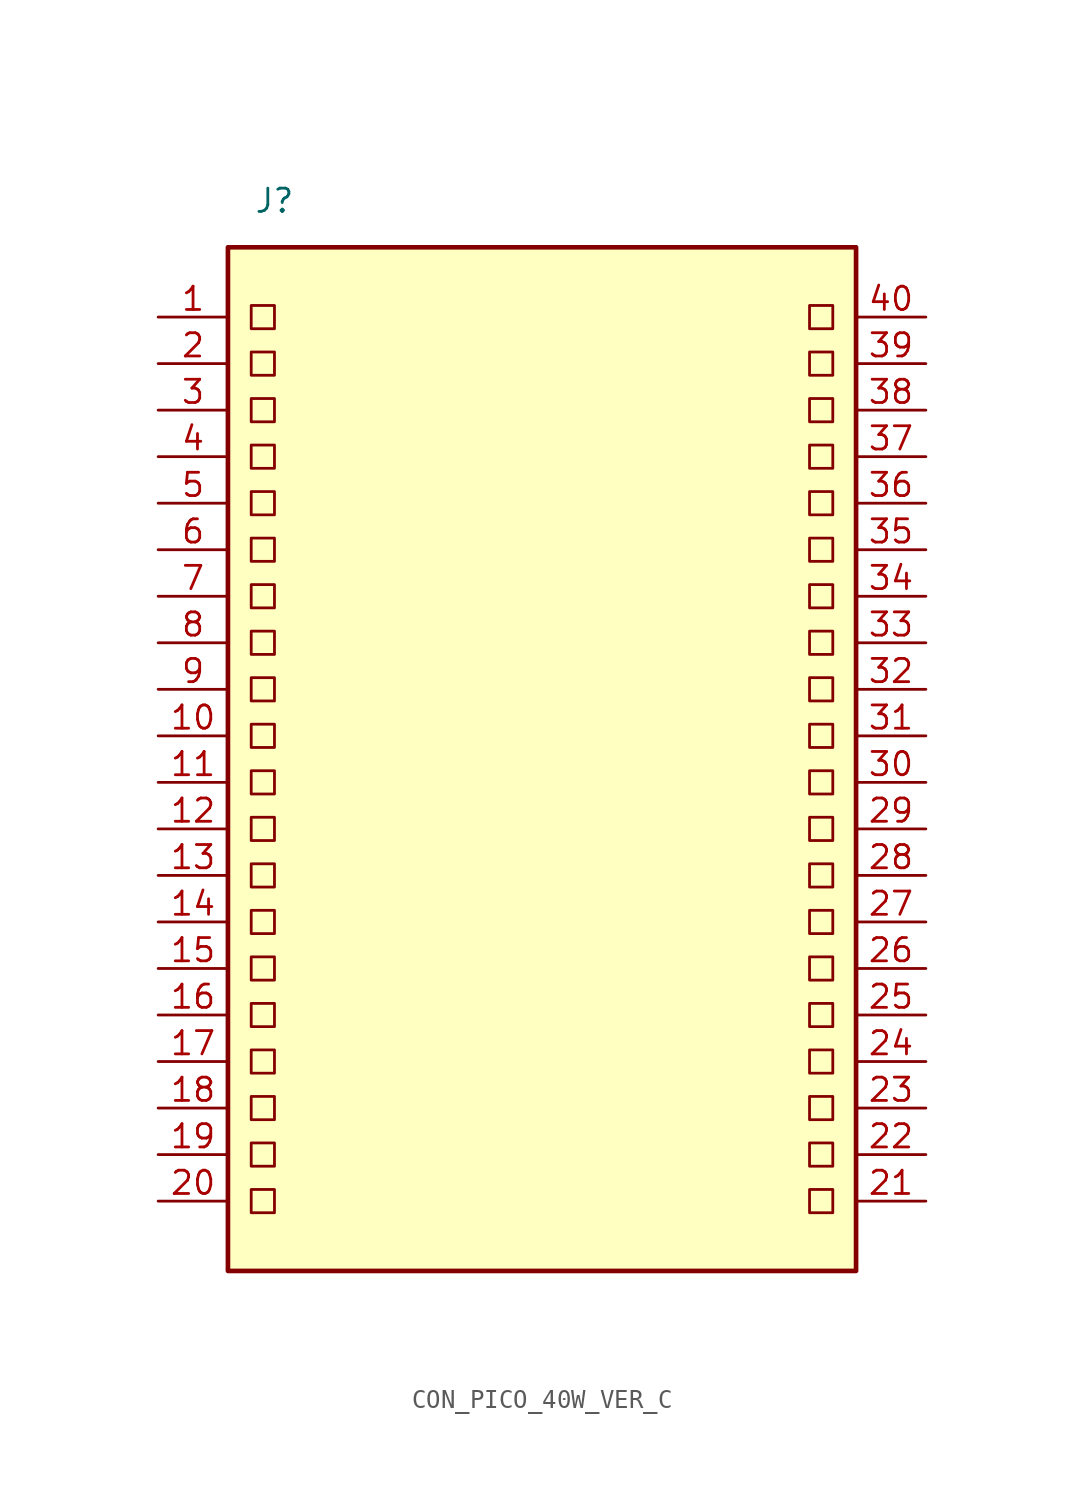
<source format=kicad_sym>
(kicad_symbol_lib
  (version 20231120)
  (generator "kicad_symbol_editor")
  (generator_version "8.0")
  (symbol "CON_PICO_40W_VER_C"
    (property "Reference" "J"
      (at -13.97 29.21 0)
      (effects (font (size 1.27 1.27))))
    (property "Value" ""
      (at 3.81 -15.24 0)
      (effects (font (size 1.27 1.27))))
    (symbol "CON_PICO_40W_VER_C_0_1"
      (rectangle (start -16.51 26.67) (end 17.78 -29.21) (stroke (width 0.254) (type default)) (fill (type background)))
      (rectangle (start -15.24 -24.765) (end -13.97 -26.035) (stroke (width 0) (type default)) (fill (type none)))
      (rectangle (start -15.24 -22.225) (end -13.97 -23.495) (stroke (width 0) (type default)) (fill (type none)))
      (rectangle (start -15.24 -19.685) (end -13.97 -20.955) (stroke (width 0) (type default)) (fill (type none)))
      (rectangle (start -15.24 -17.145) (end -13.97 -18.415) (stroke (width 0) (type default)) (fill (type none)))
      (rectangle (start -15.24 -14.605) (end -13.97 -15.875) (stroke (width 0) (type default)) (fill (type none)))
      (rectangle (start -15.24 -12.065) (end -13.97 -13.335) (stroke (width 0) (type default)) (fill (type none)))
      (rectangle (start -15.24 -9.525) (end -13.97 -10.795) (stroke (width 0) (type default)) (fill (type none)))
      (rectangle (start -15.24 -6.985) (end -13.97 -8.255) (stroke (width 0) (type default)) (fill (type none)))
      (rectangle (start -15.24 -4.445) (end -13.97 -5.715) (stroke (width 0) (type default)) (fill (type none)))
      (rectangle (start -15.24 -1.905) (end -13.97 -3.175) (stroke (width 0) (type default)) (fill (type none)))
      (rectangle (start -15.24 0.635) (end -13.97 -0.635) (stroke (width 0) (type default)) (fill (type none)))
      (rectangle (start -15.24 3.175) (end -13.97 1.905) (stroke (width 0) (type default)) (fill (type none)))
      (rectangle (start -15.24 5.715) (end -13.97 4.445) (stroke (width 0) (type default)) (fill (type none)))
      (rectangle (start -15.24 8.255) (end -13.97 6.985) (stroke (width 0) (type default)) (fill (type none)))
      (rectangle (start -15.24 10.795) (end -13.97 9.525) (stroke (width 0) (type default)) (fill (type none)))
      (rectangle (start -15.24 13.335) (end -13.97 12.065) (stroke (width 0) (type default)) (fill (type none)))
      (rectangle (start -15.24 15.875) (end -13.97 14.605) (stroke (width 0) (type default)) (fill (type none)))
      (rectangle (start -15.24 18.415) (end -13.97 17.145) (stroke (width 0) (type default)) (fill (type none)))
      (rectangle (start -15.24 20.955) (end -13.97 19.685) (stroke (width 0) (type default)) (fill (type none)))
      (rectangle (start -15.24 23.495) (end -13.97 22.225) (stroke (width 0) (type default)) (fill (type none)))
      (rectangle (start 15.24 -24.765) (end 16.51 -26.035) (stroke (width 0) (type default)) (fill (type none)))
      (rectangle (start 15.24 -22.225) (end 16.51 -23.495) (stroke (width 0) (type default)) (fill (type none)))
      (rectangle (start 15.24 -19.685) (end 16.51 -20.955) (stroke (width 0) (type default)) (fill (type none)))
      (rectangle (start 15.24 -17.145) (end 16.51 -18.415) (stroke (width 0) (type default)) (fill (type none)))
      (rectangle (start 15.24 -14.605) (end 16.51 -15.875) (stroke (width 0) (type default)) (fill (type none)))
      (rectangle (start 15.24 -12.065) (end 16.51 -13.335) (stroke (width 0) (type default)) (fill (type none)))
      (rectangle (start 15.24 -9.525) (end 16.51 -10.795) (stroke (width 0) (type default)) (fill (type none)))
      (rectangle (start 15.24 -6.985) (end 16.51 -8.255) (stroke (width 0) (type default)) (fill (type none)))
      (rectangle (start 15.24 -4.445) (end 16.51 -5.715) (stroke (width 0) (type default)) (fill (type none)))
      (rectangle (start 15.24 -1.905) (end 16.51 -3.175) (stroke (width 0) (type default)) (fill (type none)))
      (rectangle (start 15.24 0.635) (end 16.51 -0.635) (stroke (width 0) (type default)) (fill (type none)))
      (rectangle (start 15.24 3.175) (end 16.51 1.905) (stroke (width 0) (type default)) (fill (type none)))
      (rectangle (start 15.24 5.715) (end 16.51 4.445) (stroke (width 0) (type default)) (fill (type none)))
      (rectangle (start 15.24 8.255) (end 16.51 6.985) (stroke (width 0) (type default)) (fill (type none)))
      (rectangle (start 15.24 10.795) (end 16.51 9.525) (stroke (width 0) (type default)) (fill (type none)))
      (rectangle (start 15.24 13.335) (end 16.51 12.065) (stroke (width 0) (type default)) (fill (type none)))
      (rectangle (start 15.24 15.875) (end 16.51 14.605) (stroke (width 0) (type default)) (fill (type none)))
      (rectangle (start 15.24 18.415) (end 16.51 17.145) (stroke (width 0) (type default)) (fill (type none)))
      (rectangle (start 15.24 20.955) (end 16.51 19.685) (stroke (width 0) (type default)) (fill (type none)))
      (rectangle (start 15.24 23.495) (end 16.51 22.225) (stroke (width 0) (type default)) (fill (type none))))
    (symbol "CON_PICO_40W_VER_C_1_1"
      (pin input line (at -20.32 22.86 0) (length 3.81) (name "" (effects (font (size 1.27 1.27)))) (number "1" (effects (font (size 1.27 1.27)))))
      (pin input line (at -20.32 0 0) (length 3.81) (name "" (effects (font (size 1.27 1.27)))) (number "10" (effects (font (size 1.27 1.27)))))
      (pin input line (at -20.32 -2.54 0) (length 3.81) (name "" (effects (font (size 1.27 1.27)))) (number "11" (effects (font (size 1.27 1.27)))))
      (pin input line (at -20.32 -5.08 0) (length 3.81) (name "" (effects (font (size 1.27 1.27)))) (number "12" (effects (font (size 1.27 1.27)))))
      (pin input line (at -20.32 -7.62 0) (length 3.81) (name "" (effects (font (size 1.27 1.27)))) (number "13" (effects (font (size 1.27 1.27)))))
      (pin input line (at -20.32 -10.16 0) (length 3.81) (name "" (effects (font (size 1.27 1.27)))) (number "14" (effects (font (size 1.27 1.27)))))
      (pin input line (at -20.32 -12.7 0) (length 3.81) (name "" (effects (font (size 1.27 1.27)))) (number "15" (effects (font (size 1.27 1.27)))))
      (pin input line (at -20.32 -15.24 0) (length 3.81) (name "" (effects (font (size 1.27 1.27)))) (number "16" (effects (font (size 1.27 1.27)))))
      (pin input line (at -20.32 -17.78 0) (length 3.81) (name "" (effects (font (size 1.27 1.27)))) (number "17" (effects (font (size 1.27 1.27)))))
      (pin input line (at -20.32 -20.32 0) (length 3.81) (name "" (effects (font (size 1.27 1.27)))) (number "18" (effects (font (size 1.27 1.27)))))
      (pin input line (at -20.32 -22.86 0) (length 3.81) (name "" (effects (font (size 1.27 1.27)))) (number "19" (effects (font (size 1.27 1.27)))))
      (pin input line (at -20.32 20.32 0) (length 3.81) (name "" (effects (font (size 1.27 1.27)))) (number "2" (effects (font (size 1.27 1.27)))))
      (pin input line (at -20.32 -25.4 0) (length 3.81) (name "" (effects (font (size 1.27 1.27)))) (number "20" (effects (font (size 1.27 1.27)))))
      (pin input line (at 21.59 -25.4 180) (length 3.81) (name "" (effects (font (size 1.27 1.27)))) (number "21" (effects (font (size 1.27 1.27)))))
      (pin input line (at 21.59 -22.86 180) (length 3.81) (name "" (effects (font (size 1.27 1.27)))) (number "22" (effects (font (size 1.27 1.27)))))
      (pin input line (at 21.59 -20.32 180) (length 3.81) (name "" (effects (font (size 1.27 1.27)))) (number "23" (effects (font (size 1.27 1.27)))))
      (pin input line (at 21.59 -17.78 180) (length 3.81) (name "" (effects (font (size 1.27 1.27)))) (number "24" (effects (font (size 1.27 1.27)))))
      (pin input line (at 21.59 -15.24 180) (length 3.81) (name "" (effects (font (size 1.27 1.27)))) (number "25" (effects (font (size 1.27 1.27)))))
      (pin input line (at 21.59 -12.7 180) (length 3.81) (name "" (effects (font (size 1.27 1.27)))) (number "26" (effects (font (size 1.27 1.27)))))
      (pin input line (at 21.59 -10.16 180) (length 3.81) (name "" (effects (font (size 1.27 1.27)))) (number "27" (effects (font (size 1.27 1.27)))))
      (pin input line (at 21.59 -7.62 180) (length 3.81) (name "" (effects (font (size 1.27 1.27)))) (number "28" (effects (font (size 1.27 1.27)))))
      (pin input line (at 21.59 -5.08 180) (length 3.81) (name "" (effects (font (size 1.27 1.27)))) (number "29" (effects (font (size 1.27 1.27)))))
      (pin input line (at -20.32 17.78 0) (length 3.81) (name "" (effects (font (size 1.27 1.27)))) (number "3" (effects (font (size 1.27 1.27)))))
      (pin input line (at 21.59 -2.54 180) (length 3.81) (name "" (effects (font (size 1.27 1.27)))) (number "30" (effects (font (size 1.27 1.27)))))
      (pin input line (at 21.59 0 180) (length 3.81) (name "" (effects (font (size 1.27 1.27)))) (number "31" (effects (font (size 1.27 1.27)))))
      (pin input line (at 21.59 2.54 180) (length 3.81) (name "" (effects (font (size 1.27 1.27)))) (number "32" (effects (font (size 1.27 1.27)))))
      (pin input line (at 21.59 5.08 180) (length 3.81) (name "" (effects (font (size 1.27 1.27)))) (number "33" (effects (font (size 1.27 1.27)))))
      (pin input line (at 21.59 7.62 180) (length 3.81) (name "" (effects (font (size 1.27 1.27)))) (number "34" (effects (font (size 1.27 1.27)))))
      (pin input line (at 21.59 10.16 180) (length 3.81) (name "" (effects (font (size 1.27 1.27)))) (number "35" (effects (font (size 1.27 1.27)))))
      (pin input line (at 21.59 12.7 180) (length 3.81) (name "" (effects (font (size 1.27 1.27)))) (number "36" (effects (font (size 1.27 1.27)))))
      (pin input line (at 21.59 15.24 180) (length 3.81) (name "" (effects (font (size 1.27 1.27)))) (number "37" (effects (font (size 1.27 1.27)))))
      (pin input line (at 21.59 17.78 180) (length 3.81) (name "" (effects (font (size 1.27 1.27)))) (number "38" (effects (font (size 1.27 1.27)))))
      (pin input line (at 21.59 20.32 180) (length 3.81) (name "" (effects (font (size 1.27 1.27)))) (number "39" (effects (font (size 1.27 1.27)))))
      (pin input line (at -20.32 15.24 0) (length 3.81) (name "" (effects (font (size 1.27 1.27)))) (number "4" (effects (font (size 1.27 1.27)))))
      (pin input line (at 21.59 22.86 180) (length 3.81) (name "" (effects (font (size 1.27 1.27)))) (number "40" (effects (font (size 1.27 1.27)))))
      (pin input line (at -20.32 12.7 0) (length 3.81) (name "" (effects (font (size 1.27 1.27)))) (number "5" (effects (font (size 1.27 1.27)))))
      (pin input line (at -20.32 10.16 0) (length 3.81) (name "" (effects (font (size 1.27 1.27)))) (number "6" (effects (font (size 1.27 1.27)))))
      (pin input line (at -20.32 7.62 0) (length 3.81) (name "" (effects (font (size 1.27 1.27)))) (number "7" (effects (font (size 1.27 1.27)))))
      (pin input line (at -20.32 5.08 0) (length 3.81) (name "" (effects (font (size 1.27 1.27)))) (number "8" (effects (font (size 1.27 1.27)))))
      (pin input line (at -20.32 2.54 0) (length 3.81) (name "" (effects (font (size 1.27 1.27)))) (number "9" (effects (font (size 1.27 1.27))))))))
</source>
